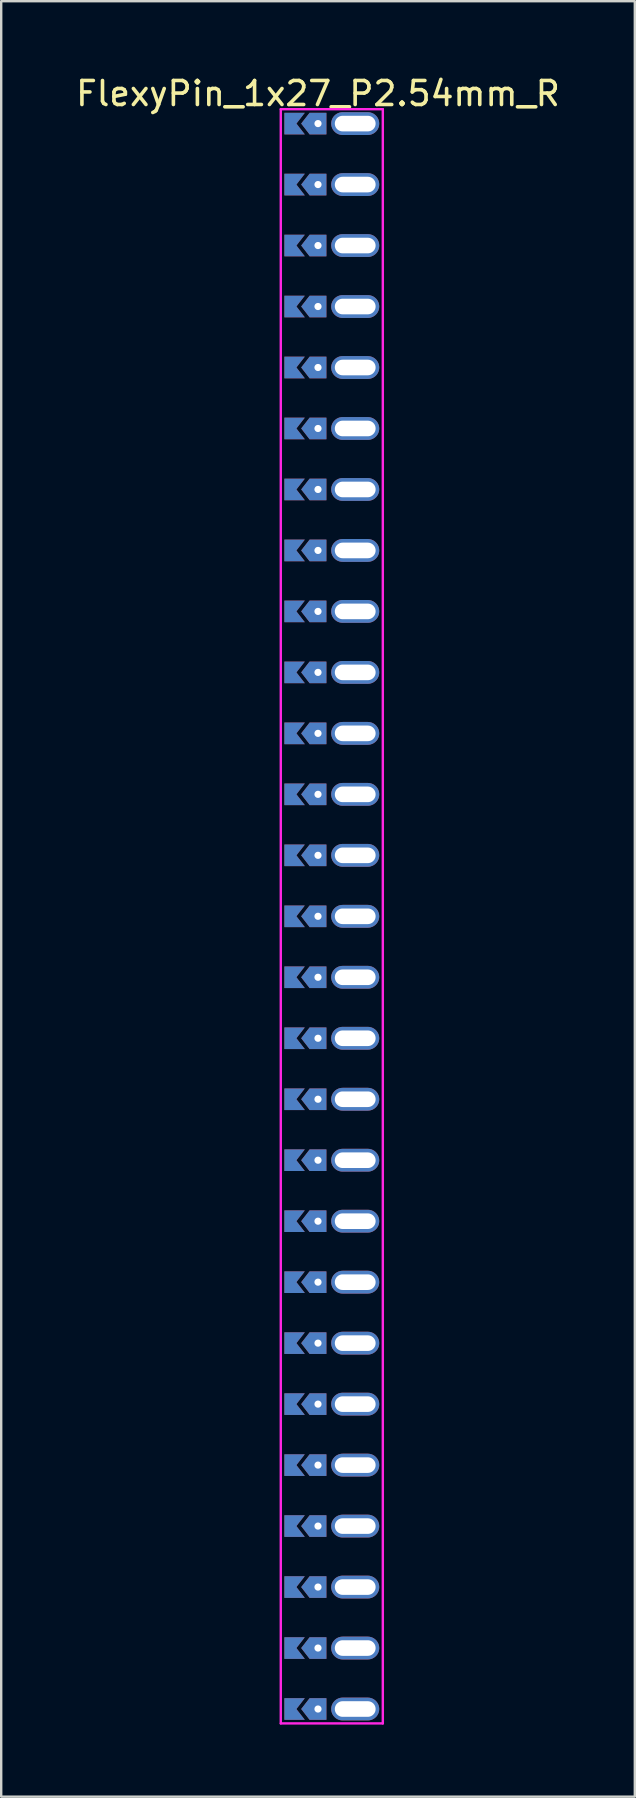
<source format=kicad_pcb>
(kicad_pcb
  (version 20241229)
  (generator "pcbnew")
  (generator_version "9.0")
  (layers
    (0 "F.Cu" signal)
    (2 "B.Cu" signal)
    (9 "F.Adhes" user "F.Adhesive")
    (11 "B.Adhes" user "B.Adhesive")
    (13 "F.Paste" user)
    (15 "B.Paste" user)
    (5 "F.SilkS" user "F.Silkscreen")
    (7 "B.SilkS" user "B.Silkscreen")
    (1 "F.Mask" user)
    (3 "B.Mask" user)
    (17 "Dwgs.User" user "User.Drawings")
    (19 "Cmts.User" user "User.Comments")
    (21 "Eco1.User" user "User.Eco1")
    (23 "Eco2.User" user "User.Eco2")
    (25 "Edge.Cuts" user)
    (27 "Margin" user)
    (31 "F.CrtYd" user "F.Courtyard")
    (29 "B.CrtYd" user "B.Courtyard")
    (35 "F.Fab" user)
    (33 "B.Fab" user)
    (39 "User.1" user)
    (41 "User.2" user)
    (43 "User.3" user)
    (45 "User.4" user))
  (footprint "FlexyPin_1x27_P2.54mm_R"
    (layer "F.Cu")
    (at 10.196 2.098)
    (property "Reference" "FlexyPin_1x27_P2.54mm_R" (at 0 -1.25 0) (layer "F.SilkS") (effects (font (size 1 1) (thickness 0.15))))
    (attr through_hole)
    (fp_line (start -1.55 -0.6) (end 2.7 -0.6) (stroke (width 0.1) (type solid)) (layer "F.CrtYd"))
    (fp_line (start -1.55 66.64) (end -1.55 -0.6) (stroke (width 0.1) (type solid)) (layer "F.CrtYd"))
    (fp_line (start 2.7 -0.6) (end 2.7 66.64) (stroke (width 0.1) (type solid)) (layer "F.CrtYd"))
    (fp_line (start 2.7 66.64) (end -1.55 66.64) (stroke (width 0.1) (type solid)) (layer "F.CrtYd"))
    (pad "" thru_hole custom (at 0 0) (size 0.3 0.3) (drill 0.6) (layers "*.Cu" "*.Mask") (options (anchor rect)) (primitives (gr_poly (pts (xy 0.35 0.45) (xy 0.35 -0.45) (xy -0.35 -0.45) (xy -0.7 0) (xy -0.35 0.45)) (width 0) (fill yes))))
    (pad "" thru_hole custom (at 0 2.54) (size 0.3 0.3) (drill 0.6) (layers "*.Cu" "*.Mask") (options (anchor rect)) (primitives (gr_poly (pts (xy 0.35 0.45) (xy 0.35 -0.45) (xy -0.35 -0.45) (xy -0.7 0) (xy -0.35 0.45)) (width 0) (fill yes))))
    (pad "" thru_hole custom (at 0 5.08) (size 0.3 0.3) (drill 0.6) (layers "*.Cu" "*.Mask") (options (anchor rect)) (primitives (gr_poly (pts (xy 0.35 0.45) (xy 0.35 -0.45) (xy -0.35 -0.45) (xy -0.7 0) (xy -0.35 0.45)) (width 0) (fill yes))))
    (pad "" thru_hole custom (at 0 7.62) (size 0.3 0.3) (drill 0.6) (layers "*.Cu" "*.Mask") (options (anchor rect)) (primitives (gr_poly (pts (xy 0.35 0.45) (xy 0.35 -0.45) (xy -0.35 -0.45) (xy -0.7 0) (xy -0.35 0.45)) (width 0) (fill yes))))
    (pad "" thru_hole custom (at 0 10.16) (size 0.3 0.3) (drill 0.6) (layers "*.Cu" "*.Mask") (options (anchor rect)) (primitives (gr_poly (pts (xy 0.35 0.45) (xy 0.35 -0.45) (xy -0.35 -0.45) (xy -0.7 0) (xy -0.35 0.45)) (width 0) (fill yes))))
    (pad "" thru_hole custom (at 0 12.7) (size 0.3 0.3) (drill 0.6) (layers "*.Cu" "*.Mask") (options (anchor rect)) (primitives (gr_poly (pts (xy 0.35 0.45) (xy 0.35 -0.45) (xy -0.35 -0.45) (xy -0.7 0) (xy -0.35 0.45)) (width 0) (fill yes))))
    (pad "" thru_hole custom (at 0 15.24) (size 0.3 0.3) (drill 0.6) (layers "*.Cu" "*.Mask") (options (anchor rect)) (primitives (gr_poly (pts (xy 0.35 0.45) (xy 0.35 -0.45) (xy -0.35 -0.45) (xy -0.7 0) (xy -0.35 0.45)) (width 0) (fill yes))))
    (pad "" thru_hole custom (at 0 17.78) (size 0.3 0.3) (drill 0.6) (layers "*.Cu" "*.Mask") (options (anchor rect)) (primitives (gr_poly (pts (xy 0.35 0.45) (xy 0.35 -0.45) (xy -0.35 -0.45) (xy -0.7 0) (xy -0.35 0.45)) (width 0) (fill yes))))
    (pad "" thru_hole custom (at 0 20.32) (size 0.3 0.3) (drill 0.6) (layers "*.Cu" "*.Mask") (options (anchor rect)) (primitives (gr_poly (pts (xy 0.35 0.45) (xy 0.35 -0.45) (xy -0.35 -0.45) (xy -0.7 0) (xy -0.35 0.45)) (width 0) (fill yes))))
    (pad "" thru_hole custom (at 0 22.86) (size 0.3 0.3) (drill 0.6) (layers "*.Cu" "*.Mask") (options (anchor rect)) (primitives (gr_poly (pts (xy 0.35 0.45) (xy 0.35 -0.45) (xy -0.35 -0.45) (xy -0.7 0) (xy -0.35 0.45)) (width 0) (fill yes))))
    (pad "" thru_hole custom (at 0 25.4) (size 0.3 0.3) (drill 0.6) (layers "*.Cu" "*.Mask") (options (anchor rect)) (primitives (gr_poly (pts (xy 0.35 0.45) (xy 0.35 -0.45) (xy -0.35 -0.45) (xy -0.7 0) (xy -0.35 0.45)) (width 0) (fill yes))))
    (pad "" thru_hole custom (at 0 27.94) (size 0.3 0.3) (drill 0.6) (layers "*.Cu" "*.Mask") (options (anchor rect)) (primitives (gr_poly (pts (xy 0.35 0.45) (xy 0.35 -0.45) (xy -0.35 -0.45) (xy -0.7 0) (xy -0.35 0.45)) (width 0) (fill yes))))
    (pad "" thru_hole custom (at 0 30.48) (size 0.3 0.3) (drill 0.6) (layers "*.Cu" "*.Mask") (options (anchor rect)) (primitives (gr_poly (pts (xy 0.35 0.45) (xy 0.35 -0.45) (xy -0.35 -0.45) (xy -0.7 0) (xy -0.35 0.45)) (width 0) (fill yes))))
    (pad "" thru_hole custom (at 0 33.02) (size 0.3 0.3) (drill 0.6) (layers "*.Cu" "*.Mask") (options (anchor rect)) (primitives (gr_poly (pts (xy 0.35 0.45) (xy 0.35 -0.45) (xy -0.35 -0.45) (xy -0.7 0) (xy -0.35 0.45)) (width 0) (fill yes))))
    (pad "" thru_hole custom (at 0 35.56) (size 0.3 0.3) (drill 0.6) (layers "*.Cu" "*.Mask") (options (anchor rect)) (primitives (gr_poly (pts (xy 0.35 0.45) (xy 0.35 -0.45) (xy -0.35 -0.45) (xy -0.7 0) (xy -0.35 0.45)) (width 0) (fill yes))))
    (pad "" thru_hole custom (at 0 38.1) (size 0.3 0.3) (drill 0.6) (layers "*.Cu" "*.Mask") (options (anchor rect)) (primitives (gr_poly (pts (xy 0.35 0.45) (xy 0.35 -0.45) (xy -0.35 -0.45) (xy -0.7 0) (xy -0.35 0.45)) (width 0) (fill yes))))
    (pad "" thru_hole custom (at 0 40.64) (size 0.3 0.3) (drill 0.6) (layers "*.Cu" "*.Mask") (options (anchor rect)) (primitives (gr_poly (pts (xy 0.35 0.45) (xy 0.35 -0.45) (xy -0.35 -0.45) (xy -0.7 0) (xy -0.35 0.45)) (width 0) (fill yes))))
    (pad "" thru_hole custom (at 0 43.18) (size 0.3 0.3) (drill 0.6) (layers "*.Cu" "*.Mask") (options (anchor rect)) (primitives (gr_poly (pts (xy 0.35 0.45) (xy 0.35 -0.45) (xy -0.35 -0.45) (xy -0.7 0) (xy -0.35 0.45)) (width 0) (fill yes))))
    (pad "" thru_hole custom (at 0 45.72) (size 0.3 0.3) (drill 0.6) (layers "*.Cu" "*.Mask") (options (anchor rect)) (primitives (gr_poly (pts (xy 0.35 0.45) (xy 0.35 -0.45) (xy -0.35 -0.45) (xy -0.7 0) (xy -0.35 0.45)) (width 0) (fill yes))))
    (pad "" thru_hole custom (at 0 48.26) (size 0.3 0.3) (drill 0.6) (layers "*.Cu" "*.Mask") (options (anchor rect)) (primitives (gr_poly (pts (xy 0.35 0.45) (xy 0.35 -0.45) (xy -0.35 -0.45) (xy -0.7 0) (xy -0.35 0.45)) (width 0) (fill yes))))
    (pad "" thru_hole custom (at 0 50.8) (size 0.3 0.3) (drill 0.6) (layers "*.Cu" "*.Mask") (options (anchor rect)) (primitives (gr_poly (pts (xy 0.35 0.45) (xy 0.35 -0.45) (xy -0.35 -0.45) (xy -0.7 0) (xy -0.35 0.45)) (width 0) (fill yes))))
    (pad "" thru_hole custom (at 0 53.34) (size 0.3 0.3) (drill 0.6) (layers "*.Cu" "*.Mask") (options (anchor rect)) (primitives (gr_poly (pts (xy 0.35 0.45) (xy 0.35 -0.45) (xy -0.35 -0.45) (xy -0.7 0) (xy -0.35 0.45)) (width 0) (fill yes))))
    (pad "" thru_hole custom (at 0 55.88) (size 0.3 0.3) (drill 0.6) (layers "*.Cu" "*.Mask") (options (anchor rect)) (primitives (gr_poly (pts (xy 0.35 0.45) (xy 0.35 -0.45) (xy -0.35 -0.45) (xy -0.7 0) (xy -0.35 0.45)) (width 0) (fill yes))))
    (pad "" thru_hole custom (at 0 58.42) (size 0.3 0.3) (drill 0.6) (layers "*.Cu" "*.Mask") (options (anchor rect)) (primitives (gr_poly (pts (xy 0.35 0.45) (xy 0.35 -0.45) (xy -0.35 -0.45) (xy -0.7 0) (xy -0.35 0.45)) (width 0) (fill yes))))
    (pad "" thru_hole custom (at 0 60.96) (size 0.3 0.3) (drill 0.6) (layers "*.Cu" "*.Mask") (options (anchor rect)) (primitives (gr_poly (pts (xy 0.35 0.45) (xy 0.35 -0.45) (xy -0.35 -0.45) (xy -0.7 0) (xy -0.35 0.45)) (width 0) (fill yes))))
    (pad "" thru_hole custom (at 0 63.5) (size 0.3 0.3) (drill 0.6) (layers "*.Cu" "*.Mask") (options (anchor rect)) (primitives (gr_poly (pts (xy 0.35 0.45) (xy 0.35 -0.45) (xy -0.35 -0.45) (xy -0.7 0) (xy -0.35 0.45)) (width 0) (fill yes))))
    (pad "" thru_hole custom (at 0 66.04) (size 0.3 0.3) (drill 0.6) (layers "*.Cu" "*.Mask") (options (anchor rect)) (primitives (gr_poly (pts (xy 0.35 0.45) (xy 0.35 -0.45) (xy -0.35 -0.45) (xy -0.7 0) (xy -0.35 0.45)) (width 0) (fill yes))))
    (pad "" thru_hole oval (at 1.55 0) (size 2 0.95) (drill oval 1.7 0.65) (layers "*.Cu" "*.Mask"))
    (pad "" thru_hole oval (at 1.55 2.54) (size 2 0.95) (drill oval 1.7 0.65) (layers "*.Cu" "*.Mask"))
    (pad "" thru_hole oval (at 1.55 5.08) (size 2 0.95) (drill oval 1.7 0.65) (layers "*.Cu" "*.Mask"))
    (pad "" thru_hole oval (at 1.55 7.62) (size 2 0.95) (drill oval 1.7 0.65) (layers "*.Cu" "*.Mask"))
    (pad "" thru_hole oval (at 1.55 10.16) (size 2 0.95) (drill oval 1.7 0.65) (layers "*.Cu" "*.Mask"))
    (pad "" thru_hole oval (at 1.55 12.7) (size 2 0.95) (drill oval 1.7 0.65) (layers "*.Cu" "*.Mask"))
    (pad "" thru_hole oval (at 1.55 15.24) (size 2 0.95) (drill oval 1.7 0.65) (layers "*.Cu" "*.Mask"))
    (pad "" thru_hole oval (at 1.55 17.78) (size 2 0.95) (drill oval 1.7 0.65) (layers "*.Cu" "*.Mask"))
    (pad "" thru_hole oval (at 1.55 20.32) (size 2 0.95) (drill oval 1.7 0.65) (layers "*.Cu" "*.Mask"))
    (pad "" thru_hole oval (at 1.55 22.86) (size 2 0.95) (drill oval 1.7 0.65) (layers "*.Cu" "*.Mask"))
    (pad "" thru_hole oval (at 1.55 25.4) (size 2 0.95) (drill oval 1.7 0.65) (layers "*.Cu" "*.Mask"))
    (pad "" thru_hole oval (at 1.55 27.94) (size 2 0.95) (drill oval 1.7 0.65) (layers "*.Cu" "*.Mask"))
    (pad "" thru_hole oval (at 1.55 30.48) (size 2 0.95) (drill oval 1.7 0.65) (layers "*.Cu" "*.Mask"))
    (pad "" thru_hole oval (at 1.55 33.02) (size 2 0.95) (drill oval 1.7 0.65) (layers "*.Cu" "*.Mask"))
    (pad "" thru_hole oval (at 1.55 35.56) (size 2 0.95) (drill oval 1.7 0.65) (layers "*.Cu" "*.Mask"))
    (pad "" thru_hole oval (at 1.55 38.1) (size 2 0.95) (drill oval 1.7 0.65) (layers "*.Cu" "*.Mask"))
    (pad "" thru_hole oval (at 1.55 40.64) (size 2 0.95) (drill oval 1.7 0.65) (layers "*.Cu" "*.Mask"))
    (pad "" thru_hole oval (at 1.55 43.18) (size 2 0.95) (drill oval 1.7 0.65) (layers "*.Cu" "*.Mask"))
    (pad "" thru_hole oval (at 1.55 45.72) (size 2 0.95) (drill oval 1.7 0.65) (layers "*.Cu" "*.Mask"))
    (pad "" thru_hole oval (at 1.55 48.26) (size 2 0.95) (drill oval 1.7 0.65) (layers "*.Cu" "*.Mask"))
    (pad "" thru_hole oval (at 1.55 50.8) (size 2 0.95) (drill oval 1.7 0.65) (layers "*.Cu" "*.Mask"))
    (pad "" thru_hole oval (at 1.55 53.34) (size 2 0.95) (drill oval 1.7 0.65) (layers "*.Cu" "*.Mask"))
    (pad "" thru_hole oval (at 1.55 55.88) (size 2 0.95) (drill oval 1.7 0.65) (layers "*.Cu" "*.Mask"))
    (pad "" thru_hole oval (at 1.55 58.42) (size 2 0.95) (drill oval 1.7 0.65) (layers "*.Cu" "*.Mask"))
    (pad "" thru_hole oval (at 1.55 60.96) (size 2 0.95) (drill oval 1.7 0.65) (layers "*.Cu" "*.Mask"))
    (pad "" thru_hole oval (at 1.55 63.5) (size 2 0.95) (drill oval 1.7 0.65) (layers "*.Cu" "*.Mask"))
    (pad "" thru_hole oval (at 1.55 66.04) (size 2 0.95) (drill oval 1.7 0.65) (layers "*.Cu" "*.Mask"))
    (pad "1" smd custom (at -0.9 0) (size 0.01 0.01) (layers "F.Cu" "F.Mask") (options (anchor rect)) (primitives (gr_poly (pts (xy 0 0) (xy 0.35 0.45) (xy -0.5 0.45) (xy -0.5 -0.45) (xy 0.35 -0.45)) (width 0) (fill yes))))
    (pad "1" smd custom (at -0.9 2.54) (size 0.01 0.01) (layers "F.Cu" "F.Mask") (options (anchor rect)) (primitives (gr_poly (pts (xy 0 0) (xy 0.35 0.45) (xy -0.5 0.45) (xy -0.5 -0.45) (xy 0.35 -0.45)) (width 0) (fill yes))))
    (pad "1" smd custom (at -0.9 5.08) (size 0.01 0.01) (layers "F.Cu" "F.Mask") (options (anchor rect)) (primitives (gr_poly (pts (xy 0 0) (xy 0.35 0.45) (xy -0.5 0.45) (xy -0.5 -0.45) (xy 0.35 -0.45)) (width 0) (fill yes))))
    (pad "1" smd custom (at -0.9 7.62) (size 0.01 0.01) (layers "F.Cu" "F.Mask") (options (anchor rect)) (primitives (gr_poly (pts (xy 0 0) (xy 0.35 0.45) (xy -0.5 0.45) (xy -0.5 -0.45) (xy 0.35 -0.45)) (width 0) (fill yes))))
    (pad "1" smd custom (at -0.9 10.16) (size 0.01 0.01) (layers "F.Cu" "F.Mask") (options (anchor rect)) (primitives (gr_poly (pts (xy 0 0) (xy 0.35 0.45) (xy -0.5 0.45) (xy -0.5 -0.45) (xy 0.35 -0.45)) (width 0) (fill yes))))
    (pad "1" smd custom (at -0.9 12.7) (size 0.01 0.01) (layers "F.Cu" "F.Mask") (options (anchor rect)) (primitives (gr_poly (pts (xy 0 0) (xy 0.35 0.45) (xy -0.5 0.45) (xy -0.5 -0.45) (xy 0.35 -0.45)) (width 0) (fill yes))))
    (pad "1" smd custom (at -0.9 15.24) (size 0.01 0.01) (layers "F.Cu" "F.Mask") (options (anchor rect)) (primitives (gr_poly (pts (xy 0 0) (xy 0.35 0.45) (xy -0.5 0.45) (xy -0.5 -0.45) (xy 0.35 -0.45)) (width 0) (fill yes))))
    (pad "1" smd custom (at -0.9 17.78) (size 0.01 0.01) (layers "F.Cu" "F.Mask") (options (anchor rect)) (primitives (gr_poly (pts (xy 0 0) (xy 0.35 0.45) (xy -0.5 0.45) (xy -0.5 -0.45) (xy 0.35 -0.45)) (width 0) (fill yes))))
    (pad "1" smd custom (at -0.9 20.32) (size 0.01 0.01) (layers "F.Cu" "F.Mask") (options (anchor rect)) (primitives (gr_poly (pts (xy 0 0) (xy 0.35 0.45) (xy -0.5 0.45) (xy -0.5 -0.45) (xy 0.35 -0.45)) (width 0) (fill yes))))
    (pad "1" smd custom (at -0.9 22.86) (size 0.01 0.01) (layers "F.Cu" "F.Mask") (options (anchor rect)) (primitives (gr_poly (pts (xy 0 0) (xy 0.35 0.45) (xy -0.5 0.45) (xy -0.5 -0.45) (xy 0.35 -0.45)) (width 0) (fill yes))))
    (pad "1" smd custom (at -0.9 25.4) (size 0.01 0.01) (layers "F.Cu" "F.Mask") (options (anchor rect)) (primitives (gr_poly (pts (xy 0 0) (xy 0.35 0.45) (xy -0.5 0.45) (xy -0.5 -0.45) (xy 0.35 -0.45)) (width 0) (fill yes))))
    (pad "1" smd custom (at -0.9 27.94) (size 0.01 0.01) (layers "F.Cu" "F.Mask") (options (anchor rect)) (primitives (gr_poly (pts (xy 0 0) (xy 0.35 0.45) (xy -0.5 0.45) (xy -0.5 -0.45) (xy 0.35 -0.45)) (width 0) (fill yes))))
    (pad "1" smd custom (at -0.9 30.48) (size 0.01 0.01) (layers "F.Cu" "F.Mask") (options (anchor rect)) (primitives (gr_poly (pts (xy 0 0) (xy 0.35 0.45) (xy -0.5 0.45) (xy -0.5 -0.45) (xy 0.35 -0.45)) (width 0) (fill yes))))
    (pad "1" smd custom (at -0.9 33.02) (size 0.01 0.01) (layers "F.Cu" "F.Mask") (options (anchor rect)) (primitives (gr_poly (pts (xy 0 0) (xy 0.35 0.45) (xy -0.5 0.45) (xy -0.5 -0.45) (xy 0.35 -0.45)) (width 0) (fill yes))))
    (pad "1" smd custom (at -0.9 35.56) (size 0.01 0.01) (layers "F.Cu" "F.Mask") (options (anchor rect)) (primitives (gr_poly (pts (xy 0 0) (xy 0.35 0.45) (xy -0.5 0.45) (xy -0.5 -0.45) (xy 0.35 -0.45)) (width 0) (fill yes))))
    (pad "1" smd custom (at -0.9 38.1) (size 0.01 0.01) (layers "F.Cu" "F.Mask") (options (anchor rect)) (primitives (gr_poly (pts (xy 0 0) (xy 0.35 0.45) (xy -0.5 0.45) (xy -0.5 -0.45) (xy 0.35 -0.45)) (width 0) (fill yes))))
    (pad "1" smd custom (at -0.9 40.64) (size 0.01 0.01) (layers "F.Cu" "F.Mask") (options (anchor rect)) (primitives (gr_poly (pts (xy 0 0) (xy 0.35 0.45) (xy -0.5 0.45) (xy -0.5 -0.45) (xy 0.35 -0.45)) (width 0) (fill yes))))
    (pad "1" smd custom (at -0.9 43.18) (size 0.01 0.01) (layers "F.Cu" "F.Mask") (options (anchor rect)) (primitives (gr_poly (pts (xy 0 0) (xy 0.35 0.45) (xy -0.5 0.45) (xy -0.5 -0.45) (xy 0.35 -0.45)) (width 0) (fill yes))))
    (pad "1" smd custom (at -0.9 45.72) (size 0.01 0.01) (layers "F.Cu" "F.Mask") (options (anchor rect)) (primitives (gr_poly (pts (xy 0 0) (xy 0.35 0.45) (xy -0.5 0.45) (xy -0.5 -0.45) (xy 0.35 -0.45)) (width 0) (fill yes))))
    (pad "1" smd custom (at -0.9 48.26) (size 0.01 0.01) (layers "F.Cu" "F.Mask") (options (anchor rect)) (primitives (gr_poly (pts (xy 0 0) (xy 0.35 0.45) (xy -0.5 0.45) (xy -0.5 -0.45) (xy 0.35 -0.45)) (width 0) (fill yes))))
    (pad "1" smd custom (at -0.9 50.8) (size 0.01 0.01) (layers "F.Cu" "F.Mask") (options (anchor rect)) (primitives (gr_poly (pts (xy 0 0) (xy 0.35 0.45) (xy -0.5 0.45) (xy -0.5 -0.45) (xy 0.35 -0.45)) (width 0) (fill yes))))
    (pad "1" smd custom (at -0.9 53.34) (size 0.01 0.01) (layers "F.Cu" "F.Mask") (options (anchor rect)) (primitives (gr_poly (pts (xy 0 0) (xy 0.35 0.45) (xy -0.5 0.45) (xy -0.5 -0.45) (xy 0.35 -0.45)) (width 0) (fill yes))))
    (pad "1" smd custom (at -0.9 55.88) (size 0.01 0.01) (layers "F.Cu" "F.Mask") (options (anchor rect)) (primitives (gr_poly (pts (xy 0 0) (xy 0.35 0.45) (xy -0.5 0.45) (xy -0.5 -0.45) (xy 0.35 -0.45)) (width 0) (fill yes))))
    (pad "1" smd custom (at -0.9 58.42) (size 0.01 0.01) (layers "F.Cu" "F.Mask") (options (anchor rect)) (primitives (gr_poly (pts (xy 0 0) (xy 0.35 0.45) (xy -0.5 0.45) (xy -0.5 -0.45) (xy 0.35 -0.45)) (width 0) (fill yes))))
    (pad "1" smd custom (at -0.9 60.96) (size 0.01 0.01) (layers "F.Cu" "F.Mask") (options (anchor rect)) (primitives (gr_poly (pts (xy 0 0) (xy 0.35 0.45) (xy -0.5 0.45) (xy -0.5 -0.45) (xy 0.35 -0.45)) (width 0) (fill yes))))
    (pad "1" smd custom (at -0.9 63.5) (size 0.01 0.01) (layers "F.Cu" "F.Mask") (options (anchor rect)) (primitives (gr_poly (pts (xy 0 0) (xy 0.35 0.45) (xy -0.5 0.45) (xy -0.5 -0.45) (xy 0.35 -0.45)) (width 0) (fill yes))))
    (pad "1" smd custom (at -0.9 66.04) (size 0.01 0.01) (layers "F.Cu" "F.Mask") (options (anchor rect)) (primitives (gr_poly (pts (xy 0 0) (xy 0.35 0.45) (xy -0.5 0.45) (xy -0.5 -0.45) (xy 0.35 -0.45)) (width 0) (fill yes))))
    (pad "2" smd custom (at -0.9 0) (size 0.01 0.01) (layers "B.Cu" "B.Mask") (options (anchor rect)) (primitives (gr_poly (pts (xy 0 0) (xy 0.35 0.45) (xy -0.5 0.45) (xy -0.5 -0.45) (xy 0.35 -0.45)) (width 0) (fill yes))))
    (pad "2" smd custom (at -0.9 2.54) (size 0.01 0.01) (layers "B.Cu" "B.Mask") (options (anchor rect)) (primitives (gr_poly (pts (xy 0 0) (xy 0.35 0.45) (xy -0.5 0.45) (xy -0.5 -0.45) (xy 0.35 -0.45)) (width 0) (fill yes))))
    (pad "2" smd custom (at -0.9 5.08) (size 0.01 0.01) (layers "B.Cu" "B.Mask") (options (anchor rect)) (primitives (gr_poly (pts (xy 0 0) (xy 0.35 0.45) (xy -0.5 0.45) (xy -0.5 -0.45) (xy 0.35 -0.45)) (width 0) (fill yes))))
    (pad "2" smd custom (at -0.9 7.62) (size 0.01 0.01) (layers "B.Cu" "B.Mask") (options (anchor rect)) (primitives (gr_poly (pts (xy 0 0) (xy 0.35 0.45) (xy -0.5 0.45) (xy -0.5 -0.45) (xy 0.35 -0.45)) (width 0) (fill yes))))
    (pad "2" smd custom (at -0.9 10.16) (size 0.01 0.01) (layers "B.Cu" "B.Mask") (options (anchor rect)) (primitives (gr_poly (pts (xy 0 0) (xy 0.35 0.45) (xy -0.5 0.45) (xy -0.5 -0.45) (xy 0.35 -0.45)) (width 0) (fill yes))))
    (pad "2" smd custom (at -0.9 12.7) (size 0.01 0.01) (layers "B.Cu" "B.Mask") (options (anchor rect)) (primitives (gr_poly (pts (xy 0 0) (xy 0.35 0.45) (xy -0.5 0.45) (xy -0.5 -0.45) (xy 0.35 -0.45)) (width 0) (fill yes))))
    (pad "2" smd custom (at -0.9 15.24) (size 0.01 0.01) (layers "B.Cu" "B.Mask") (options (anchor rect)) (primitives (gr_poly (pts (xy 0 0) (xy 0.35 0.45) (xy -0.5 0.45) (xy -0.5 -0.45) (xy 0.35 -0.45)) (width 0) (fill yes))))
    (pad "2" smd custom (at -0.9 17.78) (size 0.01 0.01) (layers "B.Cu" "B.Mask") (options (anchor rect)) (primitives (gr_poly (pts (xy 0 0) (xy 0.35 0.45) (xy -0.5 0.45) (xy -0.5 -0.45) (xy 0.35 -0.45)) (width 0) (fill yes))))
    (pad "2" smd custom (at -0.9 20.32) (size 0.01 0.01) (layers "B.Cu" "B.Mask") (options (anchor rect)) (primitives (gr_poly (pts (xy 0 0) (xy 0.35 0.45) (xy -0.5 0.45) (xy -0.5 -0.45) (xy 0.35 -0.45)) (width 0) (fill yes))))
    (pad "2" smd custom (at -0.9 22.86) (size 0.01 0.01) (layers "B.Cu" "B.Mask") (options (anchor rect)) (primitives (gr_poly (pts (xy 0 0) (xy 0.35 0.45) (xy -0.5 0.45) (xy -0.5 -0.45) (xy 0.35 -0.45)) (width 0) (fill yes))))
    (pad "2" smd custom (at -0.9 25.4) (size 0.01 0.01) (layers "B.Cu" "B.Mask") (options (anchor rect)) (primitives (gr_poly (pts (xy 0 0) (xy 0.35 0.45) (xy -0.5 0.45) (xy -0.5 -0.45) (xy 0.35 -0.45)) (width 0) (fill yes))))
    (pad "2" smd custom (at -0.9 27.94) (size 0.01 0.01) (layers "B.Cu" "B.Mask") (options (anchor rect)) (primitives (gr_poly (pts (xy 0 0) (xy 0.35 0.45) (xy -0.5 0.45) (xy -0.5 -0.45) (xy 0.35 -0.45)) (width 0) (fill yes))))
    (pad "2" smd custom (at -0.9 30.48) (size 0.01 0.01) (layers "B.Cu" "B.Mask") (options (anchor rect)) (primitives (gr_poly (pts (xy 0 0) (xy 0.35 0.45) (xy -0.5 0.45) (xy -0.5 -0.45) (xy 0.35 -0.45)) (width 0) (fill yes))))
    (pad "2" smd custom (at -0.9 33.02) (size 0.01 0.01) (layers "B.Cu" "B.Mask") (options (anchor rect)) (primitives (gr_poly (pts (xy 0 0) (xy 0.35 0.45) (xy -0.5 0.45) (xy -0.5 -0.45) (xy 0.35 -0.45)) (width 0) (fill yes))))
    (pad "2" smd custom (at -0.9 35.56) (size 0.01 0.01) (layers "B.Cu" "B.Mask") (options (anchor rect)) (primitives (gr_poly (pts (xy 0 0) (xy 0.35 0.45) (xy -0.5 0.45) (xy -0.5 -0.45) (xy 0.35 -0.45)) (width 0) (fill yes))))
    (pad "2" smd custom (at -0.9 38.1) (size 0.01 0.01) (layers "B.Cu" "B.Mask") (options (anchor rect)) (primitives (gr_poly (pts (xy 0 0) (xy 0.35 0.45) (xy -0.5 0.45) (xy -0.5 -0.45) (xy 0.35 -0.45)) (width 0) (fill yes))))
    (pad "2" smd custom (at -0.9 40.64) (size 0.01 0.01) (layers "B.Cu" "B.Mask") (options (anchor rect)) (primitives (gr_poly (pts (xy 0 0) (xy 0.35 0.45) (xy -0.5 0.45) (xy -0.5 -0.45) (xy 0.35 -0.45)) (width 0) (fill yes))))
    (pad "2" smd custom (at -0.9 43.18) (size 0.01 0.01) (layers "B.Cu" "B.Mask") (options (anchor rect)) (primitives (gr_poly (pts (xy 0 0) (xy 0.35 0.45) (xy -0.5 0.45) (xy -0.5 -0.45) (xy 0.35 -0.45)) (width 0) (fill yes))))
    (pad "2" smd custom (at -0.9 45.72) (size 0.01 0.01) (layers "B.Cu" "B.Mask") (options (anchor rect)) (primitives (gr_poly (pts (xy 0 0) (xy 0.35 0.45) (xy -0.5 0.45) (xy -0.5 -0.45) (xy 0.35 -0.45)) (width 0) (fill yes))))
    (pad "2" smd custom (at -0.9 48.26) (size 0.01 0.01) (layers "B.Cu" "B.Mask") (options (anchor rect)) (primitives (gr_poly (pts (xy 0 0) (xy 0.35 0.45) (xy -0.5 0.45) (xy -0.5 -0.45) (xy 0.35 -0.45)) (width 0) (fill yes))))
    (pad "2" smd custom (at -0.9 50.8) (size 0.01 0.01) (layers "B.Cu" "B.Mask") (options (anchor rect)) (primitives (gr_poly (pts (xy 0 0) (xy 0.35 0.45) (xy -0.5 0.45) (xy -0.5 -0.45) (xy 0.35 -0.45)) (width 0) (fill yes))))
    (pad "2" smd custom (at -0.9 53.34) (size 0.01 0.01) (layers "B.Cu" "B.Mask") (options (anchor rect)) (primitives (gr_poly (pts (xy 0 0) (xy 0.35 0.45) (xy -0.5 0.45) (xy -0.5 -0.45) (xy 0.35 -0.45)) (width 0) (fill yes))))
    (pad "2" smd custom (at -0.9 55.88) (size 0.01 0.01) (layers "B.Cu" "B.Mask") (options (anchor rect)) (primitives (gr_poly (pts (xy 0 0) (xy 0.35 0.45) (xy -0.5 0.45) (xy -0.5 -0.45) (xy 0.35 -0.45)) (width 0) (fill yes))))
    (pad "2" smd custom (at -0.9 58.42) (size 0.01 0.01) (layers "B.Cu" "B.Mask") (options (anchor rect)) (primitives (gr_poly (pts (xy 0 0) (xy 0.35 0.45) (xy -0.5 0.45) (xy -0.5 -0.45) (xy 0.35 -0.45)) (width 0) (fill yes))))
    (pad "2" smd custom (at -0.9 60.96) (size 0.01 0.01) (layers "B.Cu" "B.Mask") (options (anchor rect)) (primitives (gr_poly (pts (xy 0 0) (xy 0.35 0.45) (xy -0.5 0.45) (xy -0.5 -0.45) (xy 0.35 -0.45)) (width 0) (fill yes))))
    (pad "2" smd custom (at -0.9 63.5) (size 0.01 0.01) (layers "B.Cu" "B.Mask") (options (anchor rect)) (primitives (gr_poly (pts (xy 0 0) (xy 0.35 0.45) (xy -0.5 0.45) (xy -0.5 -0.45) (xy 0.35 -0.45)) (width 0) (fill yes))))
    (pad "2" smd custom (at -0.9 66.04) (size 0.01 0.01) (layers "B.Cu" "B.Mask") (options (anchor rect)) (primitives (gr_poly (pts (xy 0 0) (xy 0.35 0.45) (xy -0.5 0.45) (xy -0.5 -0.45) (xy 0.35 -0.45)) (width 0) (fill yes)))))
  (gr_rect
    (start -3 -3)
    (end 23.393 71.788)
    (stroke (width 0.1) (type default))
    (fill no)
    (layer "Edge.Cuts")))
</source>
